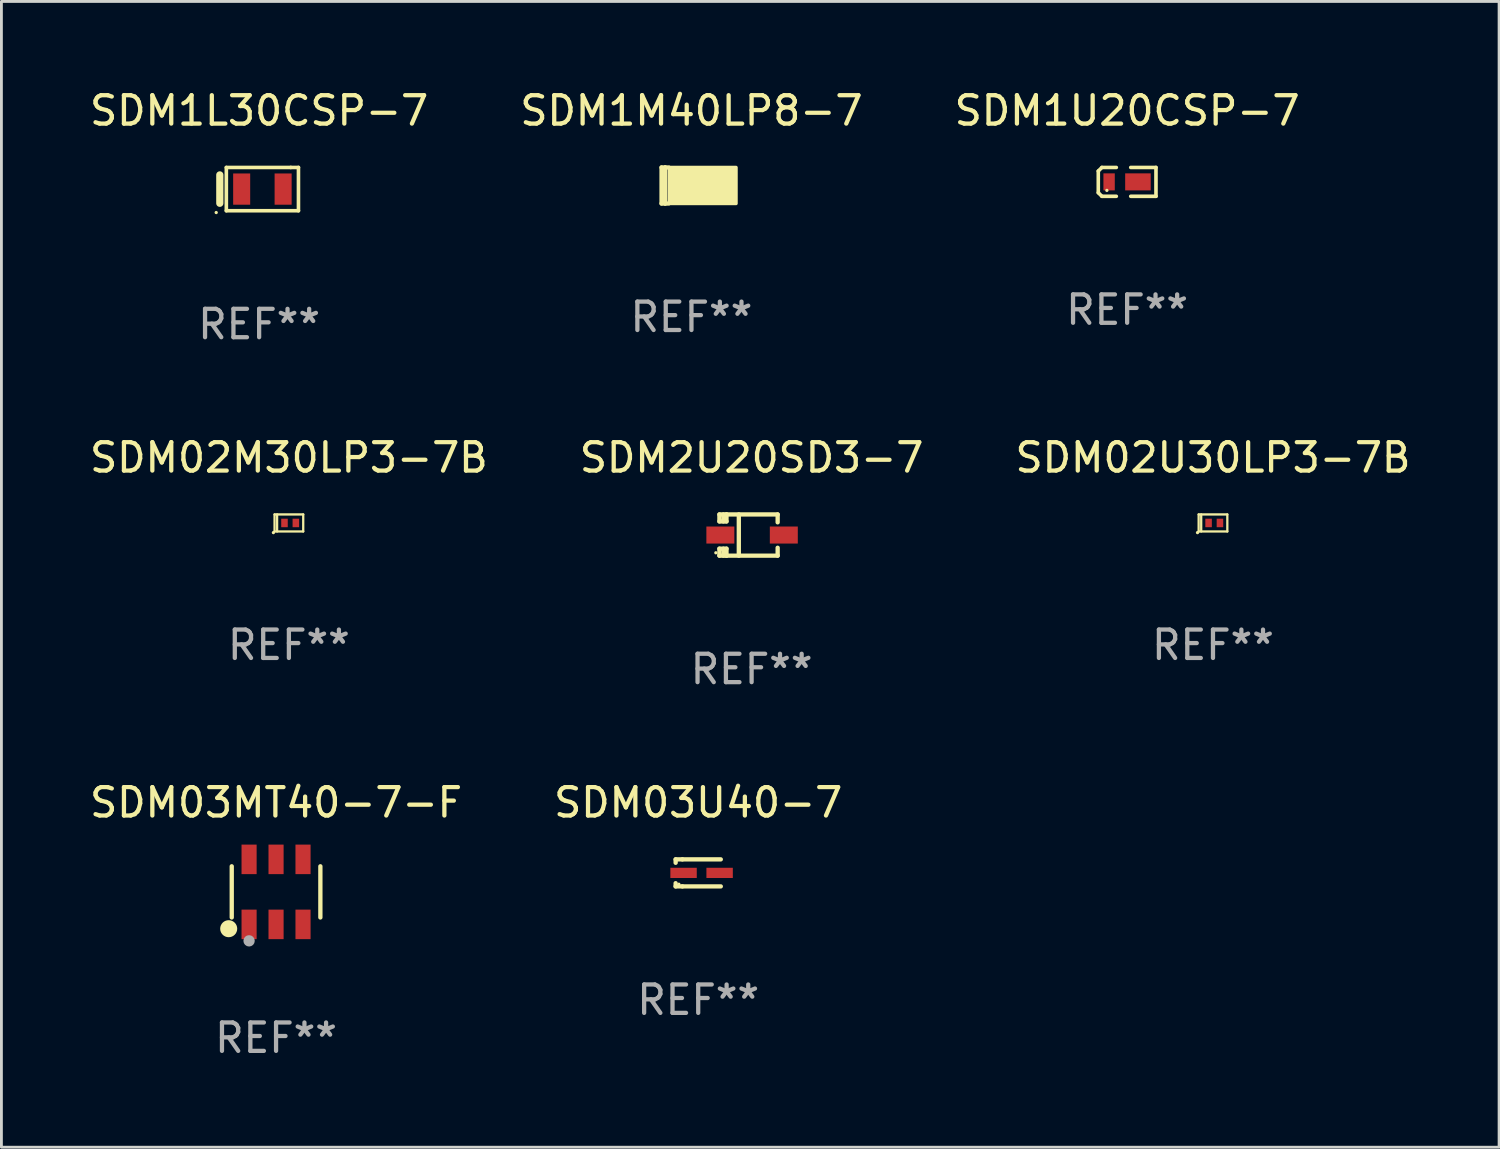
<source format=kicad_pcb>
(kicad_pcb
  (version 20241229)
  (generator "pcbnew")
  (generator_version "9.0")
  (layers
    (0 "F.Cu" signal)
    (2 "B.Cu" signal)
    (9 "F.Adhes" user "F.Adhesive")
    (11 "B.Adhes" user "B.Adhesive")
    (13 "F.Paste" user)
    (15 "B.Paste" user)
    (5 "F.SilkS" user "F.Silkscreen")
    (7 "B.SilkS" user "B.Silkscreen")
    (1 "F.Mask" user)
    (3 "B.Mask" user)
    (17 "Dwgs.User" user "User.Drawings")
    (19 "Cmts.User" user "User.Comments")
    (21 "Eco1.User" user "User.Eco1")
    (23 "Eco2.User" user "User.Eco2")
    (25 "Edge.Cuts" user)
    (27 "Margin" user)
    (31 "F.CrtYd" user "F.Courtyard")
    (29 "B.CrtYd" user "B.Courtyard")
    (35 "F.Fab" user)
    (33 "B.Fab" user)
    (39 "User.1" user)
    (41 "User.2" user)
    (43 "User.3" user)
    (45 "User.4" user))
  (footprint "SDM03MT40-7-F"
    (layer "F.Cu")
    (at 6.673 28.363)
    (property "Reference" "SDM03MT40-7-F" (at 0 -3.145 0) (layer "F.SilkS") (effects (font (size 1 1) (thickness 0.15))))
    (attr through_hole)
    (fp_line (start -1.561 0.901) (end -1.561 -0.901) (stroke (width 0.152) (type solid)) (layer "F.SilkS"))
    (fp_line (start 1.561 0.901) (end 1.561 -0.901) (stroke (width 0.152) (type solid)) (layer "F.SilkS"))
    (fp_circle (center -1.668 1.297) (end -1.518 1.297) (stroke (width 0.3) (type solid)) (fill no) (layer "F.SilkS"))
    (fp_circle (center -1.485 1.425) (end -1.455 1.425) (stroke (width 0.06) (type solid)) (fill no) (layer "F.SilkS"))
    (fp_circle (center -0.95 1.725) (end -0.85 1.725) (stroke (width 0.2) (type solid)) (fill no) (layer "F.Fab"))
    (fp_text user "REF**" (at 0 5.145 0) (layer "F.Fab") (effects (font (size 1 1) (thickness 0.15))))
    (pad "1" smd rect (at -0.95 1.145) (size 0.532 1.04) (layers "F.Cu" "F.Mask" "F.Paste"))
    (pad "2" smd rect (at 0 1.145) (size 0.532 1.04) (layers "F.Cu" "F.Mask" "F.Paste"))
    (pad "3" smd rect (at 0.95 1.145) (size 0.532 1.04) (layers "F.Cu" "F.Mask" "F.Paste"))
    (pad "4" smd rect (at 0.95 -1.145) (size 0.532 1.04) (layers "F.Cu" "F.Mask" "F.Paste"))
    (pad "5" smd rect (at 0 -1.145) (size 0.532 1.04) (layers "F.Cu" "F.Mask" "F.Paste"))
    (pad "6" smd rect (at -0.95 -1.145) (size 0.532 1.04) (layers "F.Cu" "F.Mask" "F.Paste")))
  (footprint "SDM1M40LP8-7"
    (layer "F.Cu")
    (at 21.304 3.483)
    (property "Reference" "SDM1M40LP8-7" (at 0 -2.635 0) (layer "F.SilkS") (effects (font (size 1 1) (thickness 0.15))))
    (attr through_hole)
    (fp_line (start -1.054 -0.635) (end -0.927 -0.635) (stroke (width 0.15) (type solid)) (layer "F.SilkS"))
    (fp_line (start -1.054 0.635) (end -1.054 -0.635) (stroke (width 0.15) (type solid)) (layer "F.SilkS"))
    (fp_line (start -0.927 -0.635) (end -0.8 -0.635) (stroke (width 0.15) (type solid)) (layer "F.SilkS"))
    (fp_line (start -0.927 0.635) (end -1.054 0.635) (stroke (width 0.15) (type solid)) (layer "F.SilkS"))
    (fp_line (start -0.927 0.635) (end -0.927 -0.635) (stroke (width 0.15) (type solid)) (layer "F.SilkS"))
    (fp_line (start -0.8 0.635) (end -0.927 0.635) (stroke (width 0.15) (type solid)) (layer "F.SilkS"))
    (fp_circle (center -0.551 0.4) (end -0.521 0.4) (stroke (width 0.06) (type solid)) (fill no) (layer "F.SilkS"))
    (fp_poly (pts (xy -0.78 -0.635) (xy 1.57 -0.635) (xy 1.57 0.635) (xy -0.78 0.635)) (stroke (width 0.12) (type solid)) (fill yes) (layer "F.SilkS"))
    (fp_text user "REF**" (at 0 4.635 0) (layer "F.Fab") (effects (font (size 1 1) (thickness 0.15))))
    (pad "1" smd rect (at -0.113 0 90) (size 0.8 1.01) (layers "F.Cu" "F.Mask" "F.Paste"))
    (pad "2" smd rect (at 1.054 0 90) (size 0.8 0.61) (layers "F.Cu" "F.Mask" "F.Paste")))
  (footprint "SDM03U40-7"
    (layer "F.Cu")
    (at 21.542 27.694)
    (property "Reference" "SDM03U40-7" (at 0 -2.476 0) (layer "F.SilkS") (effects (font (size 1 1) (thickness 0.15))))
    (attr through_hole)
    (fp_line (start -0.795 -0.476) (end -0.795 -0.356) (stroke (width 0.152) (type solid)) (layer "F.SilkS"))
    (fp_line (start -0.795 0.363) (end -0.795 0.476) (stroke (width 0.152) (type solid)) (layer "F.SilkS"))
    (fp_line (start -0.795 0.476) (end -0.557 0.476) (stroke (width 0.152) (type solid)) (layer "F.SilkS"))
    (fp_line (start -0.557 -0.476) (end -0.795 -0.476) (stroke (width 0.152) (type solid)) (layer "F.SilkS"))
    (fp_line (start -0.557 -0.476) (end 0.795 -0.476) (stroke (width 0.152) (type solid)) (layer "F.SilkS"))
    (fp_line (start -0.557 0.476) (end 0.795 0.476) (stroke (width 0.152) (type solid)) (layer "F.SilkS"))
    (fp_circle (center -0.681 0.4) (end -0.651 0.4) (stroke (width 0.06) (type solid)) (fill no) (layer "F.SilkS"))
    (fp_text user "REF**" (at 0 4.476 0) (layer "F.Fab") (effects (font (size 1 1) (thickness 0.15))))
    (pad "1" smd rect (at -0.516 0 180) (size 0.93 0.36) (layers "F.Cu" "F.Mask" "F.Paste"))
    (pad "2" smd rect (at 0.754 0 180) (size 0.93 0.36) (layers "F.Cu" "F.Mask" "F.Paste")))
  (footprint "SDM1L30CSP-7"
    (layer "F.Cu")
    (at 6.077 3.61)
    (property "Reference" "SDM1L30CSP-7" (at 0 -2.762 0) (layer "F.SilkS") (effects (font (size 1 1) (thickness 0.15))))
    (attr through_hole)
    (fp_line (start -1.385 -0.5) (end -1.385 0.5) (stroke (width 0.254) (type solid)) (layer "F.SilkS"))
    (fp_line (start -1.155 -0.762) (end 1.115 -0.762) (stroke (width 0.127) (type solid)) (layer "F.SilkS"))
    (fp_line (start -1.155 0.762) (end -1.155 -0.762) (stroke (width 0.127) (type solid)) (layer "F.SilkS"))
    (fp_line (start 1.115 -0.762) (end 1.385 -0.762) (stroke (width 0.127) (type solid)) (layer "F.SilkS"))
    (fp_line (start 1.385 -0.762) (end 1.385 0.762) (stroke (width 0.127) (type solid)) (layer "F.SilkS"))
    (fp_line (start 1.385 0.762) (end -1.155 0.762) (stroke (width 0.127) (type solid)) (layer "F.SilkS"))
    (fp_circle (center -1.512 0.826) (end -1.482 0.826) (stroke (width 0.06) (type solid)) (fill no) (layer "F.SilkS"))
    (fp_text user "REF**" (at 0 4.762 0) (layer "F.Fab") (effects (font (size 1 1) (thickness 0.15))))
    (pad "1" smd rect (at -0.615 0) (size 0.6 1.1) (layers "F.Cu" "F.Mask" "F.Paste"))
    (pad "2" smd rect (at 0.845 0) (size 0.6 1.1) (layers "F.Cu" "F.Mask" "F.Paste")))
  (footprint "SDM2U20SD3-7"
    (layer "F.Cu")
    (at 23.423 15.795)
    (property "Reference" "SDM2U20SD3-7" (at 0 -2.726 0) (layer "F.SilkS") (effects (font (size 1 1) (thickness 0.15))))
    (attr through_hole)
    (fp_line (start -1.134 0.48) (end -1.134 0.726) (stroke (width 0.152) (type solid)) (layer "F.SilkS"))
    (fp_line (start -1.134 0.726) (end -0.885 0.726) (stroke (width 0.152) (type solid)) (layer "F.SilkS"))
    (fp_line (start -1.134 -0.726) (end -1.134 -0.48) (stroke (width 0.152) (type solid)) (layer "F.SilkS"))
    (fp_line (start -0.992 -0.726) (end -0.992 -0.48) (stroke (width 0.152) (type solid)) (layer "F.SilkS"))
    (fp_line (start -0.992 0.48) (end -0.992 0.726) (stroke (width 0.152) (type solid)) (layer "F.SilkS"))
    (fp_line (start -0.885 -0.726) (end -1.134 -0.726) (stroke (width 0.152) (type solid)) (layer "F.SilkS"))
    (fp_line (start -0.885 -0.48) (end -1.134 -0.48) (stroke (width 0.152) (type solid)) (layer "F.SilkS"))
    (fp_line (start -0.885 -0.48) (end -0.885 -0.726) (stroke (width 0.152) (type solid)) (layer "F.SilkS"))
    (fp_line (start -0.885 0.48) (end -1.134 0.48) (stroke (width 0.152) (type solid)) (layer "F.SilkS"))
    (fp_line (start -0.885 0.48) (end -0.885 0.726) (stroke (width 0.152) (type solid)) (layer "F.SilkS"))
    (fp_line (start -0.451 0.726) (end -0.451 -0.726) (stroke (width 0.152) (type solid)) (layer "F.SilkS"))
    (fp_line (start 0.917 -0.726) (end -0.885 -0.726) (stroke (width 0.152) (type solid)) (layer "F.SilkS"))
    (fp_line (start 0.917 -0.726) (end 0.917 -0.448) (stroke (width 0.152) (type solid)) (layer "F.SilkS"))
    (fp_line (start 0.917 0.726) (end -0.885 0.726) (stroke (width 0.152) (type solid)) (layer "F.SilkS"))
    (fp_line (start 0.917 0.726) (end 0.917 0.448) (stroke (width 0.152) (type solid)) (layer "F.SilkS"))
    (fp_circle (center -1.259 0.625) (end -1.229 0.625) (stroke (width 0.06) (type solid)) (fill no) (layer "F.SilkS"))
    (fp_text user "REF**" (at 0 4.726 0) (layer "F.Fab") (effects (font (size 1 1) (thickness 0.15))))
    (pad "1" smd rect (at -1.101 -0.000114) (size 0.985 0.6) (layers "F.Cu" "F.Mask" "F.Paste"))
    (pad "2" smd rect (at 1.134 -0.000114) (size 0.985 0.6) (layers "F.Cu" "F.Mask" "F.Paste")))
  (footprint "SDM02U30LP3-7B"
    (layer "F.Cu")
    (at 39.673 15.369)
    (property "Reference" "SDM02U30LP3-7B" (at 0 -2.3 0) (layer "F.SilkS") (effects (font (size 1 1) (thickness 0.15))))
    (attr through_hole)
    (fp_line (start -0.505 -0.3) (end -0.505 0.3) (stroke (width 0.08) (type solid)) (layer "F.SilkS"))
    (fp_line (start -0.505 -0.3) (end 0.505 -0.3) (stroke (width 0.08) (type solid)) (layer "F.SilkS"))
    (fp_line (start -0.505 0.3) (end 0.505 0.3) (stroke (width 0.08) (type solid)) (layer "F.SilkS"))
    (fp_line (start -0.415 -0.3) (end -0.415 0.3) (stroke (width 0.08) (type solid)) (layer "F.SilkS"))
    (fp_line (start 0.505 -0.3) (end 0.505 0.3) (stroke (width 0.08) (type solid)) (layer "F.SilkS"))
    (fp_circle (center -0.545 0.34) (end -0.515 0.34) (stroke (width 0.06) (type solid)) (fill no) (layer "F.SilkS"))
    (fp_text user "REF**" (at 0 4.3 0) (layer "F.Fab") (effects (font (size 1 1) (thickness 0.15))))
    (pad "1" smd rect (at -0.155 0 180) (size 0.23 0.3) (layers "F.Cu" "F.Mask" "F.Paste"))
    (pad "2" smd rect (at 0.245 0 180) (size 0.23 0.3) (layers "F.Cu" "F.Mask" "F.Paste")))
  (footprint "SDM02M30LP3-7B"
    (layer "F.Cu")
    (at 7.125 15.369)
    (property "Reference" "SDM02M30LP3-7B" (at 0 -2.3 0) (layer "F.SilkS") (effects (font (size 1 1) (thickness 0.15))))
    (attr through_hole)
    (fp_line (start -0.505 -0.3) (end -0.505 0.3) (stroke (width 0.08) (type solid)) (layer "F.SilkS"))
    (fp_line (start -0.505 -0.3) (end 0.505 -0.3) (stroke (width 0.08) (type solid)) (layer "F.SilkS"))
    (fp_line (start -0.505 0.3) (end 0.505 0.3) (stroke (width 0.08) (type solid)) (layer "F.SilkS"))
    (fp_line (start -0.415 -0.3) (end -0.415 0.3) (stroke (width 0.08) (type solid)) (layer "F.SilkS"))
    (fp_line (start 0.505 -0.3) (end 0.505 0.3) (stroke (width 0.08) (type solid)) (layer "F.SilkS"))
    (fp_circle (center -0.545 0.34) (end -0.515 0.34) (stroke (width 0.06) (type solid)) (fill no) (layer "F.SilkS"))
    (fp_text user "REF**" (at 0 4.3 0) (layer "F.Fab") (effects (font (size 1 1) (thickness 0.15))))
    (pad "1" smd rect (at -0.155 0 180) (size 0.23 0.3) (layers "F.Cu" "F.Mask" "F.Paste"))
    (pad "2" smd rect (at 0.245 0 180) (size 0.23 0.3) (layers "F.Cu" "F.Mask" "F.Paste")))
  (footprint "SDM1U20CSP-7"
    (layer "F.Cu")
    (at 36.649 3.356)
    (property "Reference" "SDM1U20CSP-7" (at 0 -2.508 0) (layer "F.SilkS") (effects (font (size 1 1) (thickness 0.15))))
    (attr through_hole)
    (fp_line (start -1.016 -0.381) (end -0.889 -0.508) (stroke (width 0.127) (type solid)) (layer "F.SilkS"))
    (fp_line (start -1.016 0.381) (end -1.016 -0.381) (stroke (width 0.127) (type solid)) (layer "F.SilkS"))
    (fp_line (start -0.889 -0.508) (end -0.381 -0.508) (stroke (width 0.127) (type solid)) (layer "F.SilkS"))
    (fp_line (start -0.889 0.508) (end -1.016 0.381) (stroke (width 0.127) (type solid)) (layer "F.SilkS"))
    (fp_line (start -0.381 0.508) (end -0.889 0.508) (stroke (width 0.127) (type solid)) (layer "F.SilkS"))
    (fp_line (start 0.127 -0.508) (end 1.016 -0.508) (stroke (width 0.127) (type solid)) (layer "F.SilkS"))
    (fp_line (start 1.016 -0.508) (end 1.016 0.508) (stroke (width 0.127) (type solid)) (layer "F.SilkS"))
    (fp_line (start 1.016 0.508) (end 0.127 0.508) (stroke (width 0.127) (type solid)) (layer "F.SilkS"))
    (fp_circle (center -0.713 0.3) (end -0.683 0.3) (stroke (width 0.06) (type solid)) (fill no) (layer "F.SilkS"))
    (fp_text user "REF**" (at 0 4.508 0) (layer "F.Fab") (effects (font (size 1 1) (thickness 0.15))))
    (pad "1" smd rect (at -0.635 0) (size 0.4 0.6) (layers "F.Cu" "F.Mask" "F.Paste"))
    (pad "2" smd rect (at 0.381 0) (size 0.9 0.6) (layers "F.Cu" "F.Mask" "F.Paste")))
  (gr_rect
    (start -3 -3)
    (end 49.75 37.356)
    (stroke (width 0.1) (type default))
    (fill no)
    (layer "Edge.Cuts")))
</source>
